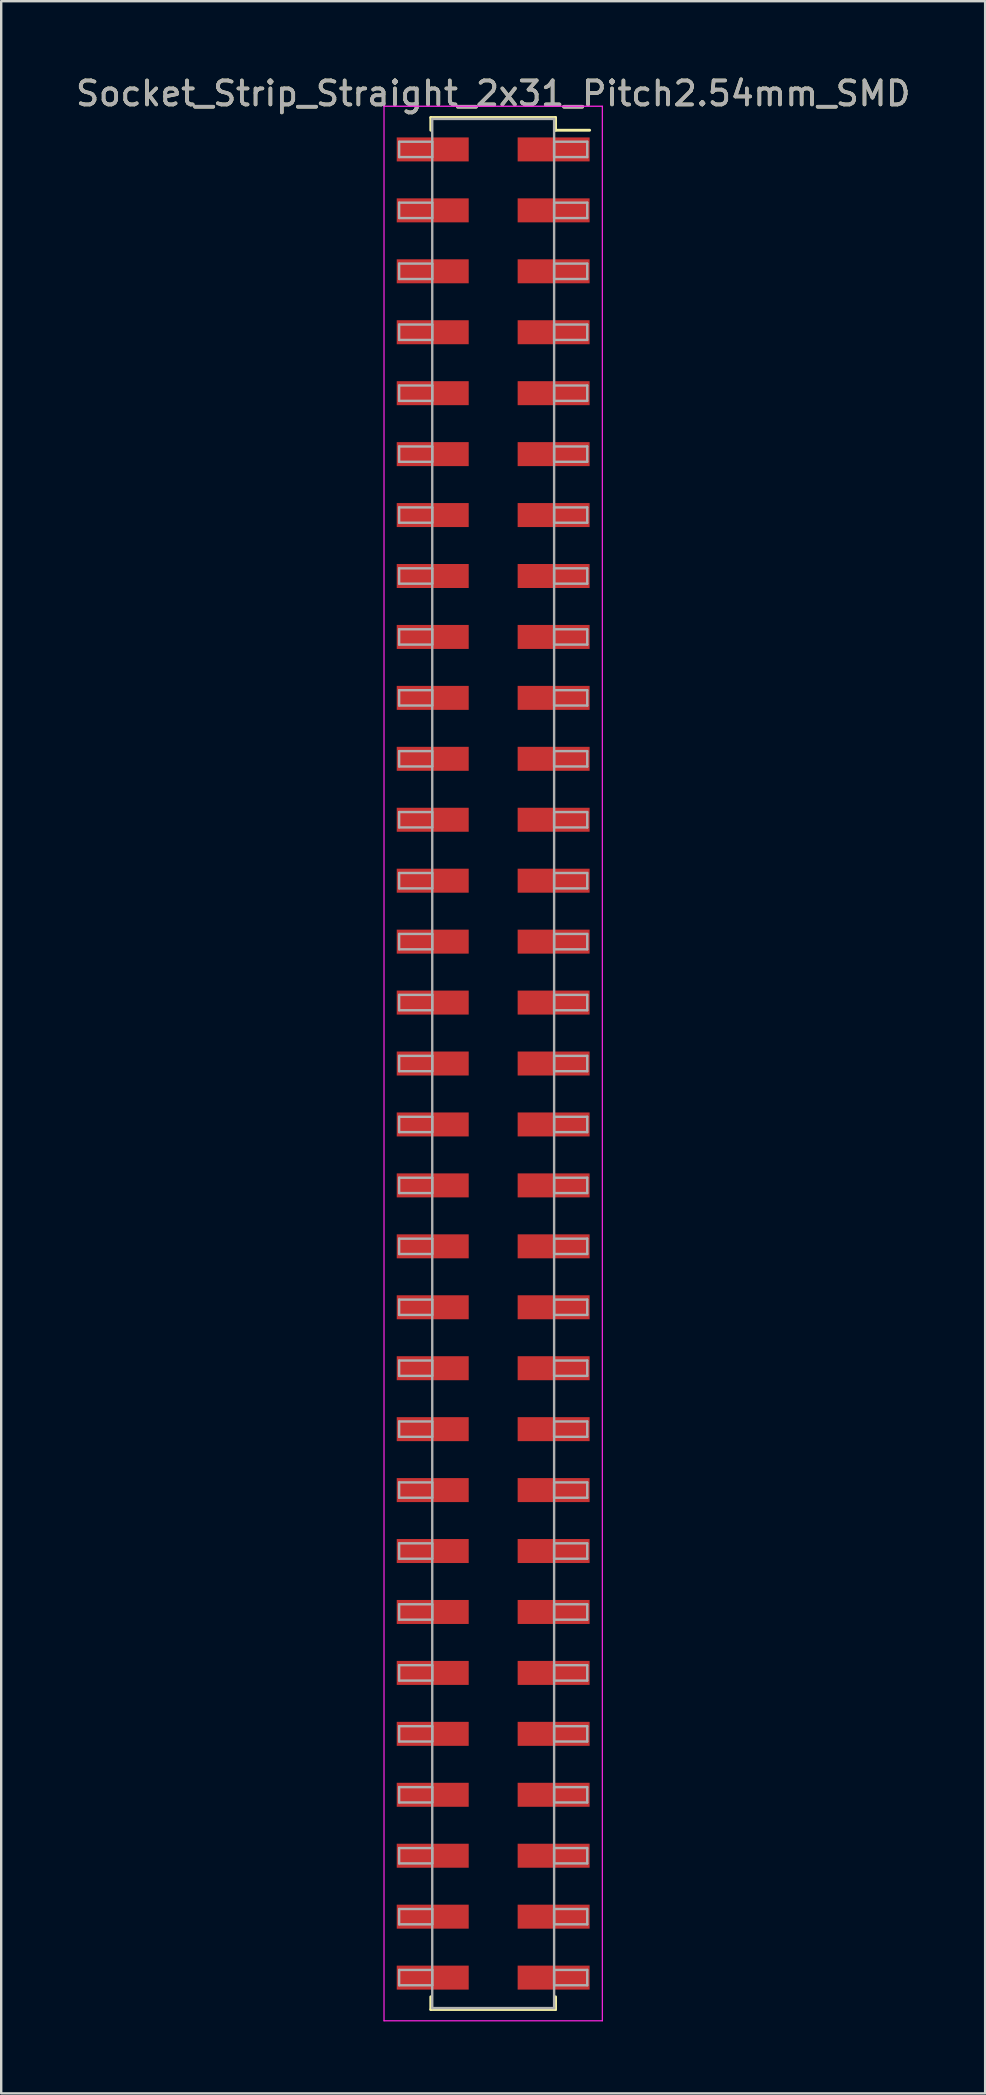
<source format=kicad_pcb>
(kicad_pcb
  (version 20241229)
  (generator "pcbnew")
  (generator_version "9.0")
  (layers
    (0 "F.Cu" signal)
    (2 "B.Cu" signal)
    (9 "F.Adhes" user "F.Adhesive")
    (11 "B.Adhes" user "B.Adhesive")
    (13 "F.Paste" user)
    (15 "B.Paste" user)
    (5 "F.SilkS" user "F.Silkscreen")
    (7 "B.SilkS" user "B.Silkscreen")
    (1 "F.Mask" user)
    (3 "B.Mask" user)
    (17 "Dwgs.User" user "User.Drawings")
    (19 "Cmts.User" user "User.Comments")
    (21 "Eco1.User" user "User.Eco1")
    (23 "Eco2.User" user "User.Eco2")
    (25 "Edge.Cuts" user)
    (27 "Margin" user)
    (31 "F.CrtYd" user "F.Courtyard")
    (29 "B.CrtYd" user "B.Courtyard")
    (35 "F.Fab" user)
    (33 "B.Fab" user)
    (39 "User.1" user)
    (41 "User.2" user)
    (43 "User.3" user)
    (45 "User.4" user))
  (footprint "Socket_Strip_Straight_2x31_Pitch2.54mm_SMD"
    (layer "F.Cu")
    (at 17.506 41.278)
    (property "Reference" "Socket_Strip_Straight_2x31_Pitch2.54mm_SMD" (at 0 -40.43 0) (layer "F.SilkS") (effects (font (size 1 1) (thickness 0.15))))
    (attr smd)
    (fp_line (start -2.6 -39.43) (end 2.6 -39.43) (stroke (width 0.12) (type solid)) (layer "F.SilkS"))
    (fp_line (start -2.6 -38.9) (end -2.6 -39.43) (stroke (width 0.12) (type solid)) (layer "F.SilkS"))
    (fp_line (start -2.6 38.9) (end -2.6 39.43) (stroke (width 0.12) (type solid)) (layer "F.SilkS"))
    (fp_line (start -2.6 39.43) (end 2.6 39.43) (stroke (width 0.12) (type solid)) (layer "F.SilkS"))
    (fp_line (start 2.6 -39.43) (end 2.6 -38.9) (stroke (width 0.12) (type solid)) (layer "F.SilkS"))
    (fp_line (start 2.6 39.43) (end 2.6 38.9) (stroke (width 0.12) (type solid)) (layer "F.SilkS"))
    (fp_line (start 4.02 -38.9) (end 2.6 -38.9) (stroke (width 0.12) (type solid)) (layer "F.SilkS"))
    (fp_line (start -4.55 -39.9) (end -4.55 39.9) (stroke (width 0.05) (type solid)) (layer "F.CrtYd"))
    (fp_line (start -4.55 39.9) (end 4.55 39.9) (stroke (width 0.05) (type solid)) (layer "F.CrtYd"))
    (fp_line (start 4.55 -39.9) (end -4.55 -39.9) (stroke (width 0.05) (type solid)) (layer "F.CrtYd"))
    (fp_line (start 4.55 39.9) (end 4.55 -39.9) (stroke (width 0.05) (type solid)) (layer "F.CrtYd"))
    (fp_line (start -3.92 -38.42) (end -2.54 -38.42) (stroke (width 0.1) (type solid)) (layer "F.Fab"))
    (fp_line (start -3.92 -37.78) (end -3.92 -38.42) (stroke (width 0.1) (type solid)) (layer "F.Fab"))
    (fp_line (start -3.92 -35.88) (end -2.54 -35.88) (stroke (width 0.1) (type solid)) (layer "F.Fab"))
    (fp_line (start -3.92 -35.24) (end -3.92 -35.88) (stroke (width 0.1) (type solid)) (layer "F.Fab"))
    (fp_line (start -3.92 -33.34) (end -2.54 -33.34) (stroke (width 0.1) (type solid)) (layer "F.Fab"))
    (fp_line (start -3.92 -32.7) (end -3.92 -33.34) (stroke (width 0.1) (type solid)) (layer "F.Fab"))
    (fp_line (start -3.92 -30.8) (end -2.54 -30.8) (stroke (width 0.1) (type solid)) (layer "F.Fab"))
    (fp_line (start -3.92 -30.16) (end -3.92 -30.8) (stroke (width 0.1) (type solid)) (layer "F.Fab"))
    (fp_line (start -3.92 -28.26) (end -2.54 -28.26) (stroke (width 0.1) (type solid)) (layer "F.Fab"))
    (fp_line (start -3.92 -27.62) (end -3.92 -28.26) (stroke (width 0.1) (type solid)) (layer "F.Fab"))
    (fp_line (start -3.92 -25.72) (end -2.54 -25.72) (stroke (width 0.1) (type solid)) (layer "F.Fab"))
    (fp_line (start -3.92 -25.08) (end -3.92 -25.72) (stroke (width 0.1) (type solid)) (layer "F.Fab"))
    (fp_line (start -3.92 -23.18) (end -2.54 -23.18) (stroke (width 0.1) (type solid)) (layer "F.Fab"))
    (fp_line (start -3.92 -22.54) (end -3.92 -23.18) (stroke (width 0.1) (type solid)) (layer "F.Fab"))
    (fp_line (start -3.92 -20.64) (end -2.54 -20.64) (stroke (width 0.1) (type solid)) (layer "F.Fab"))
    (fp_line (start -3.92 -20) (end -3.92 -20.64) (stroke (width 0.1) (type solid)) (layer "F.Fab"))
    (fp_line (start -3.92 -18.1) (end -2.54 -18.1) (stroke (width 0.1) (type solid)) (layer "F.Fab"))
    (fp_line (start -3.92 -17.46) (end -3.92 -18.1) (stroke (width 0.1) (type solid)) (layer "F.Fab"))
    (fp_line (start -3.92 -15.56) (end -2.54 -15.56) (stroke (width 0.1) (type solid)) (layer "F.Fab"))
    (fp_line (start -3.92 -14.92) (end -3.92 -15.56) (stroke (width 0.1) (type solid)) (layer "F.Fab"))
    (fp_line (start -3.92 -13.02) (end -2.54 -13.02) (stroke (width 0.1) (type solid)) (layer "F.Fab"))
    (fp_line (start -3.92 -12.38) (end -3.92 -13.02) (stroke (width 0.1) (type solid)) (layer "F.Fab"))
    (fp_line (start -3.92 -10.48) (end -2.54 -10.48) (stroke (width 0.1) (type solid)) (layer "F.Fab"))
    (fp_line (start -3.92 -9.84) (end -3.92 -10.48) (stroke (width 0.1) (type solid)) (layer "F.Fab"))
    (fp_line (start -3.92 -7.94) (end -2.54 -7.94) (stroke (width 0.1) (type solid)) (layer "F.Fab"))
    (fp_line (start -3.92 -7.3) (end -3.92 -7.94) (stroke (width 0.1) (type solid)) (layer "F.Fab"))
    (fp_line (start -3.92 -5.4) (end -2.54 -5.4) (stroke (width 0.1) (type solid)) (layer "F.Fab"))
    (fp_line (start -3.92 -4.76) (end -3.92 -5.4) (stroke (width 0.1) (type solid)) (layer "F.Fab"))
    (fp_line (start -3.92 -2.86) (end -2.54 -2.86) (stroke (width 0.1) (type solid)) (layer "F.Fab"))
    (fp_line (start -3.92 -2.22) (end -3.92 -2.86) (stroke (width 0.1) (type solid)) (layer "F.Fab"))
    (fp_line (start -3.92 -0.32) (end -2.54 -0.32) (stroke (width 0.1) (type solid)) (layer "F.Fab"))
    (fp_line (start -3.92 0.32) (end -3.92 -0.32) (stroke (width 0.1) (type solid)) (layer "F.Fab"))
    (fp_line (start -3.92 2.22) (end -2.54 2.22) (stroke (width 0.1) (type solid)) (layer "F.Fab"))
    (fp_line (start -3.92 2.86) (end -3.92 2.22) (stroke (width 0.1) (type solid)) (layer "F.Fab"))
    (fp_line (start -3.92 4.76) (end -2.54 4.76) (stroke (width 0.1) (type solid)) (layer "F.Fab"))
    (fp_line (start -3.92 5.4) (end -3.92 4.76) (stroke (width 0.1) (type solid)) (layer "F.Fab"))
    (fp_line (start -3.92 7.3) (end -2.54 7.3) (stroke (width 0.1) (type solid)) (layer "F.Fab"))
    (fp_line (start -3.92 7.94) (end -3.92 7.3) (stroke (width 0.1) (type solid)) (layer "F.Fab"))
    (fp_line (start -3.92 9.84) (end -2.54 9.84) (stroke (width 0.1) (type solid)) (layer "F.Fab"))
    (fp_line (start -3.92 10.48) (end -3.92 9.84) (stroke (width 0.1) (type solid)) (layer "F.Fab"))
    (fp_line (start -3.92 12.38) (end -2.54 12.38) (stroke (width 0.1) (type solid)) (layer "F.Fab"))
    (fp_line (start -3.92 13.02) (end -3.92 12.38) (stroke (width 0.1) (type solid)) (layer "F.Fab"))
    (fp_line (start -3.92 14.92) (end -2.54 14.92) (stroke (width 0.1) (type solid)) (layer "F.Fab"))
    (fp_line (start -3.92 15.56) (end -3.92 14.92) (stroke (width 0.1) (type solid)) (layer "F.Fab"))
    (fp_line (start -3.92 17.46) (end -2.54 17.46) (stroke (width 0.1) (type solid)) (layer "F.Fab"))
    (fp_line (start -3.92 18.1) (end -3.92 17.46) (stroke (width 0.1) (type solid)) (layer "F.Fab"))
    (fp_line (start -3.92 20) (end -2.54 20) (stroke (width 0.1) (type solid)) (layer "F.Fab"))
    (fp_line (start -3.92 20.64) (end -3.92 20) (stroke (width 0.1) (type solid)) (layer "F.Fab"))
    (fp_line (start -3.92 22.54) (end -2.54 22.54) (stroke (width 0.1) (type solid)) (layer "F.Fab"))
    (fp_line (start -3.92 23.18) (end -3.92 22.54) (stroke (width 0.1) (type solid)) (layer "F.Fab"))
    (fp_line (start -3.92 25.08) (end -2.54 25.08) (stroke (width 0.1) (type solid)) (layer "F.Fab"))
    (fp_line (start -3.92 25.72) (end -3.92 25.08) (stroke (width 0.1) (type solid)) (layer "F.Fab"))
    (fp_line (start -3.92 27.62) (end -2.54 27.62) (stroke (width 0.1) (type solid)) (layer "F.Fab"))
    (fp_line (start -3.92 28.26) (end -3.92 27.62) (stroke (width 0.1) (type solid)) (layer "F.Fab"))
    (fp_line (start -3.92 30.16) (end -2.54 30.16) (stroke (width 0.1) (type solid)) (layer "F.Fab"))
    (fp_line (start -3.92 30.8) (end -3.92 30.16) (stroke (width 0.1) (type solid)) (layer "F.Fab"))
    (fp_line (start -3.92 32.7) (end -2.54 32.7) (stroke (width 0.1) (type solid)) (layer "F.Fab"))
    (fp_line (start -3.92 33.34) (end -3.92 32.7) (stroke (width 0.1) (type solid)) (layer "F.Fab"))
    (fp_line (start -3.92 35.24) (end -2.54 35.24) (stroke (width 0.1) (type solid)) (layer "F.Fab"))
    (fp_line (start -3.92 35.88) (end -3.92 35.24) (stroke (width 0.1) (type solid)) (layer "F.Fab"))
    (fp_line (start -3.92 37.78) (end -2.54 37.78) (stroke (width 0.1) (type solid)) (layer "F.Fab"))
    (fp_line (start -3.92 38.42) (end -3.92 37.78) (stroke (width 0.1) (type solid)) (layer "F.Fab"))
    (fp_line (start -2.54 -39.37) (end -2.54 39.37) (stroke (width 0.1) (type solid)) (layer "F.Fab"))
    (fp_line (start -2.54 -38.42) (end -2.54 -37.78) (stroke (width 0.1) (type solid)) (layer "F.Fab"))
    (fp_line (start -2.54 -37.78) (end -3.92 -37.78) (stroke (width 0.1) (type solid)) (layer "F.Fab"))
    (fp_line (start -2.54 -35.88) (end -2.54 -35.24) (stroke (width 0.1) (type solid)) (layer "F.Fab"))
    (fp_line (start -2.54 -35.24) (end -3.92 -35.24) (stroke (width 0.1) (type solid)) (layer "F.Fab"))
    (fp_line (start -2.54 -33.34) (end -2.54 -32.7) (stroke (width 0.1) (type solid)) (layer "F.Fab"))
    (fp_line (start -2.54 -32.7) (end -3.92 -32.7) (stroke (width 0.1) (type solid)) (layer "F.Fab"))
    (fp_line (start -2.54 -30.8) (end -2.54 -30.16) (stroke (width 0.1) (type solid)) (layer "F.Fab"))
    (fp_line (start -2.54 -30.16) (end -3.92 -30.16) (stroke (width 0.1) (type solid)) (layer "F.Fab"))
    (fp_line (start -2.54 -28.26) (end -2.54 -27.62) (stroke (width 0.1) (type solid)) (layer "F.Fab"))
    (fp_line (start -2.54 -27.62) (end -3.92 -27.62) (stroke (width 0.1) (type solid)) (layer "F.Fab"))
    (fp_line (start -2.54 -25.72) (end -2.54 -25.08) (stroke (width 0.1) (type solid)) (layer "F.Fab"))
    (fp_line (start -2.54 -25.08) (end -3.92 -25.08) (stroke (width 0.1) (type solid)) (layer "F.Fab"))
    (fp_line (start -2.54 -23.18) (end -2.54 -22.54) (stroke (width 0.1) (type solid)) (layer "F.Fab"))
    (fp_line (start -2.54 -22.54) (end -3.92 -22.54) (stroke (width 0.1) (type solid)) (layer "F.Fab"))
    (fp_line (start -2.54 -20.64) (end -2.54 -20) (stroke (width 0.1) (type solid)) (layer "F.Fab"))
    (fp_line (start -2.54 -20) (end -3.92 -20) (stroke (width 0.1) (type solid)) (layer "F.Fab"))
    (fp_line (start -2.54 -18.1) (end -2.54 -17.46) (stroke (width 0.1) (type solid)) (layer "F.Fab"))
    (fp_line (start -2.54 -17.46) (end -3.92 -17.46) (stroke (width 0.1) (type solid)) (layer "F.Fab"))
    (fp_line (start -2.54 -15.56) (end -2.54 -14.92) (stroke (width 0.1) (type solid)) (layer "F.Fab"))
    (fp_line (start -2.54 -14.92) (end -3.92 -14.92) (stroke (width 0.1) (type solid)) (layer "F.Fab"))
    (fp_line (start -2.54 -13.02) (end -2.54 -12.38) (stroke (width 0.1) (type solid)) (layer "F.Fab"))
    (fp_line (start -2.54 -12.38) (end -3.92 -12.38) (stroke (width 0.1) (type solid)) (layer "F.Fab"))
    (fp_line (start -2.54 -10.48) (end -2.54 -9.84) (stroke (width 0.1) (type solid)) (layer "F.Fab"))
    (fp_line (start -2.54 -9.84) (end -3.92 -9.84) (stroke (width 0.1) (type solid)) (layer "F.Fab"))
    (fp_line (start -2.54 -7.94) (end -2.54 -7.3) (stroke (width 0.1) (type solid)) (layer "F.Fab"))
    (fp_line (start -2.54 -7.3) (end -3.92 -7.3) (stroke (width 0.1) (type solid)) (layer "F.Fab"))
    (fp_line (start -2.54 -5.4) (end -2.54 -4.76) (stroke (width 0.1) (type solid)) (layer "F.Fab"))
    (fp_line (start -2.54 -4.76) (end -3.92 -4.76) (stroke (width 0.1) (type solid)) (layer "F.Fab"))
    (fp_line (start -2.54 -2.86) (end -2.54 -2.22) (stroke (width 0.1) (type solid)) (layer "F.Fab"))
    (fp_line (start -2.54 -2.22) (end -3.92 -2.22) (stroke (width 0.1) (type solid)) (layer "F.Fab"))
    (fp_line (start -2.54 -0.32) (end -2.54 0.32) (stroke (width 0.1) (type solid)) (layer "F.Fab"))
    (fp_line (start -2.54 0.32) (end -3.92 0.32) (stroke (width 0.1) (type solid)) (layer "F.Fab"))
    (fp_line (start -2.54 2.22) (end -2.54 2.86) (stroke (width 0.1) (type solid)) (layer "F.Fab"))
    (fp_line (start -2.54 2.86) (end -3.92 2.86) (stroke (width 0.1) (type solid)) (layer "F.Fab"))
    (fp_line (start -2.54 4.76) (end -2.54 5.4) (stroke (width 0.1) (type solid)) (layer "F.Fab"))
    (fp_line (start -2.54 5.4) (end -3.92 5.4) (stroke (width 0.1) (type solid)) (layer "F.Fab"))
    (fp_line (start -2.54 7.3) (end -2.54 7.94) (stroke (width 0.1) (type solid)) (layer "F.Fab"))
    (fp_line (start -2.54 7.94) (end -3.92 7.94) (stroke (width 0.1) (type solid)) (layer "F.Fab"))
    (fp_line (start -2.54 9.84) (end -2.54 10.48) (stroke (width 0.1) (type solid)) (layer "F.Fab"))
    (fp_line (start -2.54 10.48) (end -3.92 10.48) (stroke (width 0.1) (type solid)) (layer "F.Fab"))
    (fp_line (start -2.54 12.38) (end -2.54 13.02) (stroke (width 0.1) (type solid)) (layer "F.Fab"))
    (fp_line (start -2.54 13.02) (end -3.92 13.02) (stroke (width 0.1) (type solid)) (layer "F.Fab"))
    (fp_line (start -2.54 14.92) (end -2.54 15.56) (stroke (width 0.1) (type solid)) (layer "F.Fab"))
    (fp_line (start -2.54 15.56) (end -3.92 15.56) (stroke (width 0.1) (type solid)) (layer "F.Fab"))
    (fp_line (start -2.54 17.46) (end -2.54 18.1) (stroke (width 0.1) (type solid)) (layer "F.Fab"))
    (fp_line (start -2.54 18.1) (end -3.92 18.1) (stroke (width 0.1) (type solid)) (layer "F.Fab"))
    (fp_line (start -2.54 20) (end -2.54 20.64) (stroke (width 0.1) (type solid)) (layer "F.Fab"))
    (fp_line (start -2.54 20.64) (end -3.92 20.64) (stroke (width 0.1) (type solid)) (layer "F.Fab"))
    (fp_line (start -2.54 22.54) (end -2.54 23.18) (stroke (width 0.1) (type solid)) (layer "F.Fab"))
    (fp_line (start -2.54 23.18) (end -3.92 23.18) (stroke (width 0.1) (type solid)) (layer "F.Fab"))
    (fp_line (start -2.54 25.08) (end -2.54 25.72) (stroke (width 0.1) (type solid)) (layer "F.Fab"))
    (fp_line (start -2.54 25.72) (end -3.92 25.72) (stroke (width 0.1) (type solid)) (layer "F.Fab"))
    (fp_line (start -2.54 27.62) (end -2.54 28.26) (stroke (width 0.1) (type solid)) (layer "F.Fab"))
    (fp_line (start -2.54 28.26) (end -3.92 28.26) (stroke (width 0.1) (type solid)) (layer "F.Fab"))
    (fp_line (start -2.54 30.16) (end -2.54 30.8) (stroke (width 0.1) (type solid)) (layer "F.Fab"))
    (fp_line (start -2.54 30.8) (end -3.92 30.8) (stroke (width 0.1) (type solid)) (layer "F.Fab"))
    (fp_line (start -2.54 32.7) (end -2.54 33.34) (stroke (width 0.1) (type solid)) (layer "F.Fab"))
    (fp_line (start -2.54 33.34) (end -3.92 33.34) (stroke (width 0.1) (type solid)) (layer "F.Fab"))
    (fp_line (start -2.54 35.24) (end -2.54 35.88) (stroke (width 0.1) (type solid)) (layer "F.Fab"))
    (fp_line (start -2.54 35.88) (end -3.92 35.88) (stroke (width 0.1) (type solid)) (layer "F.Fab"))
    (fp_line (start -2.54 37.78) (end -2.54 38.42) (stroke (width 0.1) (type solid)) (layer "F.Fab"))
    (fp_line (start -2.54 38.42) (end -3.92 38.42) (stroke (width 0.1) (type solid)) (layer "F.Fab"))
    (fp_line (start -2.54 39.37) (end 2.54 39.37) (stroke (width 0.1) (type solid)) (layer "F.Fab"))
    (fp_line (start 2.54 -39.37) (end -2.54 -39.37) (stroke (width 0.1) (type solid)) (layer "F.Fab"))
    (fp_line (start 2.54 -38.42) (end 2.54 -37.78) (stroke (width 0.1) (type solid)) (layer "F.Fab"))
    (fp_line (start 2.54 -37.78) (end 3.92 -37.78) (stroke (width 0.1) (type solid)) (layer "F.Fab"))
    (fp_line (start 2.54 -35.88) (end 2.54 -35.24) (stroke (width 0.1) (type solid)) (layer "F.Fab"))
    (fp_line (start 2.54 -35.24) (end 3.92 -35.24) (stroke (width 0.1) (type solid)) (layer "F.Fab"))
    (fp_line (start 2.54 -33.34) (end 2.54 -32.7) (stroke (width 0.1) (type solid)) (layer "F.Fab"))
    (fp_line (start 2.54 -32.7) (end 3.92 -32.7) (stroke (width 0.1) (type solid)) (layer "F.Fab"))
    (fp_line (start 2.54 -30.8) (end 2.54 -30.16) (stroke (width 0.1) (type solid)) (layer "F.Fab"))
    (fp_line (start 2.54 -30.16) (end 3.92 -30.16) (stroke (width 0.1) (type solid)) (layer "F.Fab"))
    (fp_line (start 2.54 -28.26) (end 2.54 -27.62) (stroke (width 0.1) (type solid)) (layer "F.Fab"))
    (fp_line (start 2.54 -27.62) (end 3.92 -27.62) (stroke (width 0.1) (type solid)) (layer "F.Fab"))
    (fp_line (start 2.54 -25.72) (end 2.54 -25.08) (stroke (width 0.1) (type solid)) (layer "F.Fab"))
    (fp_line (start 2.54 -25.08) (end 3.92 -25.08) (stroke (width 0.1) (type solid)) (layer "F.Fab"))
    (fp_line (start 2.54 -23.18) (end 2.54 -22.54) (stroke (width 0.1) (type solid)) (layer "F.Fab"))
    (fp_line (start 2.54 -22.54) (end 3.92 -22.54) (stroke (width 0.1) (type solid)) (layer "F.Fab"))
    (fp_line (start 2.54 -20.64) (end 2.54 -20) (stroke (width 0.1) (type solid)) (layer "F.Fab"))
    (fp_line (start 2.54 -20) (end 3.92 -20) (stroke (width 0.1) (type solid)) (layer "F.Fab"))
    (fp_line (start 2.54 -18.1) (end 2.54 -17.46) (stroke (width 0.1) (type solid)) (layer "F.Fab"))
    (fp_line (start 2.54 -17.46) (end 3.92 -17.46) (stroke (width 0.1) (type solid)) (layer "F.Fab"))
    (fp_line (start 2.54 -15.56) (end 2.54 -14.92) (stroke (width 0.1) (type solid)) (layer "F.Fab"))
    (fp_line (start 2.54 -14.92) (end 3.92 -14.92) (stroke (width 0.1) (type solid)) (layer "F.Fab"))
    (fp_line (start 2.54 -13.02) (end 2.54 -12.38) (stroke (width 0.1) (type solid)) (layer "F.Fab"))
    (fp_line (start 2.54 -12.38) (end 3.92 -12.38) (stroke (width 0.1) (type solid)) (layer "F.Fab"))
    (fp_line (start 2.54 -10.48) (end 2.54 -9.84) (stroke (width 0.1) (type solid)) (layer "F.Fab"))
    (fp_line (start 2.54 -9.84) (end 3.92 -9.84) (stroke (width 0.1) (type solid)) (layer "F.Fab"))
    (fp_line (start 2.54 -7.94) (end 2.54 -7.3) (stroke (width 0.1) (type solid)) (layer "F.Fab"))
    (fp_line (start 2.54 -7.3) (end 3.92 -7.3) (stroke (width 0.1) (type solid)) (layer "F.Fab"))
    (fp_line (start 2.54 -5.4) (end 2.54 -4.76) (stroke (width 0.1) (type solid)) (layer "F.Fab"))
    (fp_line (start 2.54 -4.76) (end 3.92 -4.76) (stroke (width 0.1) (type solid)) (layer "F.Fab"))
    (fp_line (start 2.54 -2.86) (end 2.54 -2.22) (stroke (width 0.1) (type solid)) (layer "F.Fab"))
    (fp_line (start 2.54 -2.22) (end 3.92 -2.22) (stroke (width 0.1) (type solid)) (layer "F.Fab"))
    (fp_line (start 2.54 -0.32) (end 2.54 0.32) (stroke (width 0.1) (type solid)) (layer "F.Fab"))
    (fp_line (start 2.54 0.32) (end 3.92 0.32) (stroke (width 0.1) (type solid)) (layer "F.Fab"))
    (fp_line (start 2.54 2.22) (end 2.54 2.86) (stroke (width 0.1) (type solid)) (layer "F.Fab"))
    (fp_line (start 2.54 2.86) (end 3.92 2.86) (stroke (width 0.1) (type solid)) (layer "F.Fab"))
    (fp_line (start 2.54 4.76) (end 2.54 5.4) (stroke (width 0.1) (type solid)) (layer "F.Fab"))
    (fp_line (start 2.54 5.4) (end 3.92 5.4) (stroke (width 0.1) (type solid)) (layer "F.Fab"))
    (fp_line (start 2.54 7.3) (end 2.54 7.94) (stroke (width 0.1) (type solid)) (layer "F.Fab"))
    (fp_line (start 2.54 7.94) (end 3.92 7.94) (stroke (width 0.1) (type solid)) (layer "F.Fab"))
    (fp_line (start 2.54 9.84) (end 2.54 10.48) (stroke (width 0.1) (type solid)) (layer "F.Fab"))
    (fp_line (start 2.54 10.48) (end 3.92 10.48) (stroke (width 0.1) (type solid)) (layer "F.Fab"))
    (fp_line (start 2.54 12.38) (end 2.54 13.02) (stroke (width 0.1) (type solid)) (layer "F.Fab"))
    (fp_line (start 2.54 13.02) (end 3.92 13.02) (stroke (width 0.1) (type solid)) (layer "F.Fab"))
    (fp_line (start 2.54 14.92) (end 2.54 15.56) (stroke (width 0.1) (type solid)) (layer "F.Fab"))
    (fp_line (start 2.54 15.56) (end 3.92 15.56) (stroke (width 0.1) (type solid)) (layer "F.Fab"))
    (fp_line (start 2.54 17.46) (end 2.54 18.1) (stroke (width 0.1) (type solid)) (layer "F.Fab"))
    (fp_line (start 2.54 18.1) (end 3.92 18.1) (stroke (width 0.1) (type solid)) (layer "F.Fab"))
    (fp_line (start 2.54 20) (end 2.54 20.64) (stroke (width 0.1) (type solid)) (layer "F.Fab"))
    (fp_line (start 2.54 20.64) (end 3.92 20.64) (stroke (width 0.1) (type solid)) (layer "F.Fab"))
    (fp_line (start 2.54 22.54) (end 2.54 23.18) (stroke (width 0.1) (type solid)) (layer "F.Fab"))
    (fp_line (start 2.54 23.18) (end 3.92 23.18) (stroke (width 0.1) (type solid)) (layer "F.Fab"))
    (fp_line (start 2.54 25.08) (end 2.54 25.72) (stroke (width 0.1) (type solid)) (layer "F.Fab"))
    (fp_line (start 2.54 25.72) (end 3.92 25.72) (stroke (width 0.1) (type solid)) (layer "F.Fab"))
    (fp_line (start 2.54 27.62) (end 2.54 28.26) (stroke (width 0.1) (type solid)) (layer "F.Fab"))
    (fp_line (start 2.54 28.26) (end 3.92 28.26) (stroke (width 0.1) (type solid)) (layer "F.Fab"))
    (fp_line (start 2.54 30.16) (end 2.54 30.8) (stroke (width 0.1) (type solid)) (layer "F.Fab"))
    (fp_line (start 2.54 30.8) (end 3.92 30.8) (stroke (width 0.1) (type solid)) (layer "F.Fab"))
    (fp_line (start 2.54 32.7) (end 2.54 33.34) (stroke (width 0.1) (type solid)) (layer "F.Fab"))
    (fp_line (start 2.54 33.34) (end 3.92 33.34) (stroke (width 0.1) (type solid)) (layer "F.Fab"))
    (fp_line (start 2.54 35.24) (end 2.54 35.88) (stroke (width 0.1) (type solid)) (layer "F.Fab"))
    (fp_line (start 2.54 35.88) (end 3.92 35.88) (stroke (width 0.1) (type solid)) (layer "F.Fab"))
    (fp_line (start 2.54 37.78) (end 2.54 38.42) (stroke (width 0.1) (type solid)) (layer "F.Fab"))
    (fp_line (start 2.54 38.42) (end 3.92 38.42) (stroke (width 0.1) (type solid)) (layer "F.Fab"))
    (fp_line (start 2.54 39.37) (end 2.54 -39.37) (stroke (width 0.1) (type solid)) (layer "F.Fab"))
    (fp_line (start 3.92 -38.42) (end 2.54 -38.42) (stroke (width 0.1) (type solid)) (layer "F.Fab"))
    (fp_line (start 3.92 -37.78) (end 3.92 -38.42) (stroke (width 0.1) (type solid)) (layer "F.Fab"))
    (fp_line (start 3.92 -35.88) (end 2.54 -35.88) (stroke (width 0.1) (type solid)) (layer "F.Fab"))
    (fp_line (start 3.92 -35.24) (end 3.92 -35.88) (stroke (width 0.1) (type solid)) (layer "F.Fab"))
    (fp_line (start 3.92 -33.34) (end 2.54 -33.34) (stroke (width 0.1) (type solid)) (layer "F.Fab"))
    (fp_line (start 3.92 -32.7) (end 3.92 -33.34) (stroke (width 0.1) (type solid)) (layer "F.Fab"))
    (fp_line (start 3.92 -30.8) (end 2.54 -30.8) (stroke (width 0.1) (type solid)) (layer "F.Fab"))
    (fp_line (start 3.92 -30.16) (end 3.92 -30.8) (stroke (width 0.1) (type solid)) (layer "F.Fab"))
    (fp_line (start 3.92 -28.26) (end 2.54 -28.26) (stroke (width 0.1) (type solid)) (layer "F.Fab"))
    (fp_line (start 3.92 -27.62) (end 3.92 -28.26) (stroke (width 0.1) (type solid)) (layer "F.Fab"))
    (fp_line (start 3.92 -25.72) (end 2.54 -25.72) (stroke (width 0.1) (type solid)) (layer "F.Fab"))
    (fp_line (start 3.92 -25.08) (end 3.92 -25.72) (stroke (width 0.1) (type solid)) (layer "F.Fab"))
    (fp_line (start 3.92 -23.18) (end 2.54 -23.18) (stroke (width 0.1) (type solid)) (layer "F.Fab"))
    (fp_line (start 3.92 -22.54) (end 3.92 -23.18) (stroke (width 0.1) (type solid)) (layer "F.Fab"))
    (fp_line (start 3.92 -20.64) (end 2.54 -20.64) (stroke (width 0.1) (type solid)) (layer "F.Fab"))
    (fp_line (start 3.92 -20) (end 3.92 -20.64) (stroke (width 0.1) (type solid)) (layer "F.Fab"))
    (fp_line (start 3.92 -18.1) (end 2.54 -18.1) (stroke (width 0.1) (type solid)) (layer "F.Fab"))
    (fp_line (start 3.92 -17.46) (end 3.92 -18.1) (stroke (width 0.1) (type solid)) (layer "F.Fab"))
    (fp_line (start 3.92 -15.56) (end 2.54 -15.56) (stroke (width 0.1) (type solid)) (layer "F.Fab"))
    (fp_line (start 3.92 -14.92) (end 3.92 -15.56) (stroke (width 0.1) (type solid)) (layer "F.Fab"))
    (fp_line (start 3.92 -13.02) (end 2.54 -13.02) (stroke (width 0.1) (type solid)) (layer "F.Fab"))
    (fp_line (start 3.92 -12.38) (end 3.92 -13.02) (stroke (width 0.1) (type solid)) (layer "F.Fab"))
    (fp_line (start 3.92 -10.48) (end 2.54 -10.48) (stroke (width 0.1) (type solid)) (layer "F.Fab"))
    (fp_line (start 3.92 -9.84) (end 3.92 -10.48) (stroke (width 0.1) (type solid)) (layer "F.Fab"))
    (fp_line (start 3.92 -7.94) (end 2.54 -7.94) (stroke (width 0.1) (type solid)) (layer "F.Fab"))
    (fp_line (start 3.92 -7.3) (end 3.92 -7.94) (stroke (width 0.1) (type solid)) (layer "F.Fab"))
    (fp_line (start 3.92 -5.4) (end 2.54 -5.4) (stroke (width 0.1) (type solid)) (layer "F.Fab"))
    (fp_line (start 3.92 -4.76) (end 3.92 -5.4) (stroke (width 0.1) (type solid)) (layer "F.Fab"))
    (fp_line (start 3.92 -2.86) (end 2.54 -2.86) (stroke (width 0.1) (type solid)) (layer "F.Fab"))
    (fp_line (start 3.92 -2.22) (end 3.92 -2.86) (stroke (width 0.1) (type solid)) (layer "F.Fab"))
    (fp_line (start 3.92 -0.32) (end 2.54 -0.32) (stroke (width 0.1) (type solid)) (layer "F.Fab"))
    (fp_line (start 3.92 0.32) (end 3.92 -0.32) (stroke (width 0.1) (type solid)) (layer "F.Fab"))
    (fp_line (start 3.92 2.22) (end 2.54 2.22) (stroke (width 0.1) (type solid)) (layer "F.Fab"))
    (fp_line (start 3.92 2.86) (end 3.92 2.22) (stroke (width 0.1) (type solid)) (layer "F.Fab"))
    (fp_line (start 3.92 4.76) (end 2.54 4.76) (stroke (width 0.1) (type solid)) (layer "F.Fab"))
    (fp_line (start 3.92 5.4) (end 3.92 4.76) (stroke (width 0.1) (type solid)) (layer "F.Fab"))
    (fp_line (start 3.92 7.3) (end 2.54 7.3) (stroke (width 0.1) (type solid)) (layer "F.Fab"))
    (fp_line (start 3.92 7.94) (end 3.92 7.3) (stroke (width 0.1) (type solid)) (layer "F.Fab"))
    (fp_line (start 3.92 9.84) (end 2.54 9.84) (stroke (width 0.1) (type solid)) (layer "F.Fab"))
    (fp_line (start 3.92 10.48) (end 3.92 9.84) (stroke (width 0.1) (type solid)) (layer "F.Fab"))
    (fp_line (start 3.92 12.38) (end 2.54 12.38) (stroke (width 0.1) (type solid)) (layer "F.Fab"))
    (fp_line (start 3.92 13.02) (end 3.92 12.38) (stroke (width 0.1) (type solid)) (layer "F.Fab"))
    (fp_line (start 3.92 14.92) (end 2.54 14.92) (stroke (width 0.1) (type solid)) (layer "F.Fab"))
    (fp_line (start 3.92 15.56) (end 3.92 14.92) (stroke (width 0.1) (type solid)) (layer "F.Fab"))
    (fp_line (start 3.92 17.46) (end 2.54 17.46) (stroke (width 0.1) (type solid)) (layer "F.Fab"))
    (fp_line (start 3.92 18.1) (end 3.92 17.46) (stroke (width 0.1) (type solid)) (layer "F.Fab"))
    (fp_line (start 3.92 20) (end 2.54 20) (stroke (width 0.1) (type solid)) (layer "F.Fab"))
    (fp_line (start 3.92 20.64) (end 3.92 20) (stroke (width 0.1) (type solid)) (layer "F.Fab"))
    (fp_line (start 3.92 22.54) (end 2.54 22.54) (stroke (width 0.1) (type solid)) (layer "F.Fab"))
    (fp_line (start 3.92 23.18) (end 3.92 22.54) (stroke (width 0.1) (type solid)) (layer "F.Fab"))
    (fp_line (start 3.92 25.08) (end 2.54 25.08) (stroke (width 0.1) (type solid)) (layer "F.Fab"))
    (fp_line (start 3.92 25.72) (end 3.92 25.08) (stroke (width 0.1) (type solid)) (layer "F.Fab"))
    (fp_line (start 3.92 27.62) (end 2.54 27.62) (stroke (width 0.1) (type solid)) (layer "F.Fab"))
    (fp_line (start 3.92 28.26) (end 3.92 27.62) (stroke (width 0.1) (type solid)) (layer "F.Fab"))
    (fp_line (start 3.92 30.16) (end 2.54 30.16) (stroke (width 0.1) (type solid)) (layer "F.Fab"))
    (fp_line (start 3.92 30.8) (end 3.92 30.16) (stroke (width 0.1) (type solid)) (layer "F.Fab"))
    (fp_line (start 3.92 32.7) (end 2.54 32.7) (stroke (width 0.1) (type solid)) (layer "F.Fab"))
    (fp_line (start 3.92 33.34) (end 3.92 32.7) (stroke (width 0.1) (type solid)) (layer "F.Fab"))
    (fp_line (start 3.92 35.24) (end 2.54 35.24) (stroke (width 0.1) (type solid)) (layer "F.Fab"))
    (fp_line (start 3.92 35.88) (end 3.92 35.24) (stroke (width 0.1) (type solid)) (layer "F.Fab"))
    (fp_line (start 3.92 37.78) (end 2.54 37.78) (stroke (width 0.1) (type solid)) (layer "F.Fab"))
    (fp_line (start 3.92 38.42) (end 3.92 37.78) (stroke (width 0.1) (type solid)) (layer "F.Fab"))
    (fp_text user "${REFERENCE}" (at 0 -40.43 0) (layer "F.Fab") (effects (font (size 1 1) (thickness 0.15))))
    (pad "1" smd rect (at 2.52 -38.1) (size 3 1) (layers "F.Cu" "F.Mask" "F.Paste"))
    (pad "2" smd rect (at -2.52 -38.1) (size 3 1) (layers "F.Cu" "F.Mask" "F.Paste"))
    (pad "3" smd rect (at 2.52 -35.56) (size 3 1) (layers "F.Cu" "F.Mask" "F.Paste"))
    (pad "4" smd rect (at -2.52 -35.56) (size 3 1) (layers "F.Cu" "F.Mask" "F.Paste"))
    (pad "5" smd rect (at 2.52 -33.02) (size 3 1) (layers "F.Cu" "F.Mask" "F.Paste"))
    (pad "6" smd rect (at -2.52 -33.02) (size 3 1) (layers "F.Cu" "F.Mask" "F.Paste"))
    (pad "7" smd rect (at 2.52 -30.48) (size 3 1) (layers "F.Cu" "F.Mask" "F.Paste"))
    (pad "8" smd rect (at -2.52 -30.48) (size 3 1) (layers "F.Cu" "F.Mask" "F.Paste"))
    (pad "9" smd rect (at 2.52 -27.94) (size 3 1) (layers "F.Cu" "F.Mask" "F.Paste"))
    (pad "10" smd rect (at -2.52 -27.94) (size 3 1) (layers "F.Cu" "F.Mask" "F.Paste"))
    (pad "11" smd rect (at 2.52 -25.4) (size 3 1) (layers "F.Cu" "F.Mask" "F.Paste"))
    (pad "12" smd rect (at -2.52 -25.4) (size 3 1) (layers "F.Cu" "F.Mask" "F.Paste"))
    (pad "13" smd rect (at 2.52 -22.86) (size 3 1) (layers "F.Cu" "F.Mask" "F.Paste"))
    (pad "14" smd rect (at -2.52 -22.86) (size 3 1) (layers "F.Cu" "F.Mask" "F.Paste"))
    (pad "15" smd rect (at 2.52 -20.32) (size 3 1) (layers "F.Cu" "F.Mask" "F.Paste"))
    (pad "16" smd rect (at -2.52 -20.32) (size 3 1) (layers "F.Cu" "F.Mask" "F.Paste"))
    (pad "17" smd rect (at 2.52 -17.78) (size 3 1) (layers "F.Cu" "F.Mask" "F.Paste"))
    (pad "18" smd rect (at -2.52 -17.78) (size 3 1) (layers "F.Cu" "F.Mask" "F.Paste"))
    (pad "19" smd rect (at 2.52 -15.24) (size 3 1) (layers "F.Cu" "F.Mask" "F.Paste"))
    (pad "20" smd rect (at -2.52 -15.24) (size 3 1) (layers "F.Cu" "F.Mask" "F.Paste"))
    (pad "21" smd rect (at 2.52 -12.7) (size 3 1) (layers "F.Cu" "F.Mask" "F.Paste"))
    (pad "22" smd rect (at -2.52 -12.7) (size 3 1) (layers "F.Cu" "F.Mask" "F.Paste"))
    (pad "23" smd rect (at 2.52 -10.16) (size 3 1) (layers "F.Cu" "F.Mask" "F.Paste"))
    (pad "24" smd rect (at -2.52 -10.16) (size 3 1) (layers "F.Cu" "F.Mask" "F.Paste"))
    (pad "25" smd rect (at 2.52 -7.62) (size 3 1) (layers "F.Cu" "F.Mask" "F.Paste"))
    (pad "26" smd rect (at -2.52 -7.62) (size 3 1) (layers "F.Cu" "F.Mask" "F.Paste"))
    (pad "27" smd rect (at 2.52 -5.08) (size 3 1) (layers "F.Cu" "F.Mask" "F.Paste"))
    (pad "28" smd rect (at -2.52 -5.08) (size 3 1) (layers "F.Cu" "F.Mask" "F.Paste"))
    (pad "29" smd rect (at 2.52 -2.54) (size 3 1) (layers "F.Cu" "F.Mask" "F.Paste"))
    (pad "30" smd rect (at -2.52 -2.54) (size 3 1) (layers "F.Cu" "F.Mask" "F.Paste"))
    (pad "31" smd rect (at 2.52 0) (size 3 1) (layers "F.Cu" "F.Mask" "F.Paste"))
    (pad "32" smd rect (at -2.52 0) (size 3 1) (layers "F.Cu" "F.Mask" "F.Paste"))
    (pad "33" smd rect (at 2.52 2.54) (size 3 1) (layers "F.Cu" "F.Mask" "F.Paste"))
    (pad "34" smd rect (at -2.52 2.54) (size 3 1) (layers "F.Cu" "F.Mask" "F.Paste"))
    (pad "35" smd rect (at 2.52 5.08) (size 3 1) (layers "F.Cu" "F.Mask" "F.Paste"))
    (pad "36" smd rect (at -2.52 5.08) (size 3 1) (layers "F.Cu" "F.Mask" "F.Paste"))
    (pad "37" smd rect (at 2.52 7.62) (size 3 1) (layers "F.Cu" "F.Mask" "F.Paste"))
    (pad "38" smd rect (at -2.52 7.62) (size 3 1) (layers "F.Cu" "F.Mask" "F.Paste"))
    (pad "39" smd rect (at 2.52 10.16) (size 3 1) (layers "F.Cu" "F.Mask" "F.Paste"))
    (pad "40" smd rect (at -2.52 10.16) (size 3 1) (layers "F.Cu" "F.Mask" "F.Paste"))
    (pad "41" smd rect (at 2.52 12.7) (size 3 1) (layers "F.Cu" "F.Mask" "F.Paste"))
    (pad "42" smd rect (at -2.52 12.7) (size 3 1) (layers "F.Cu" "F.Mask" "F.Paste"))
    (pad "43" smd rect (at 2.52 15.24) (size 3 1) (layers "F.Cu" "F.Mask" "F.Paste"))
    (pad "44" smd rect (at -2.52 15.24) (size 3 1) (layers "F.Cu" "F.Mask" "F.Paste"))
    (pad "45" smd rect (at 2.52 17.78) (size 3 1) (layers "F.Cu" "F.Mask" "F.Paste"))
    (pad "46" smd rect (at -2.52 17.78) (size 3 1) (layers "F.Cu" "F.Mask" "F.Paste"))
    (pad "47" smd rect (at 2.52 20.32) (size 3 1) (layers "F.Cu" "F.Mask" "F.Paste"))
    (pad "48" smd rect (at -2.52 20.32) (size 3 1) (layers "F.Cu" "F.Mask" "F.Paste"))
    (pad "49" smd rect (at 2.52 22.86) (size 3 1) (layers "F.Cu" "F.Mask" "F.Paste"))
    (pad "50" smd rect (at -2.52 22.86) (size 3 1) (layers "F.Cu" "F.Mask" "F.Paste"))
    (pad "51" smd rect (at 2.52 25.4) (size 3 1) (layers "F.Cu" "F.Mask" "F.Paste"))
    (pad "52" smd rect (at -2.52 25.4) (size 3 1) (layers "F.Cu" "F.Mask" "F.Paste"))
    (pad "53" smd rect (at 2.52 27.94) (size 3 1) (layers "F.Cu" "F.Mask" "F.Paste"))
    (pad "54" smd rect (at -2.52 27.94) (size 3 1) (layers "F.Cu" "F.Mask" "F.Paste"))
    (pad "55" smd rect (at 2.52 30.48) (size 3 1) (layers "F.Cu" "F.Mask" "F.Paste"))
    (pad "56" smd rect (at -2.52 30.48) (size 3 1) (layers "F.Cu" "F.Mask" "F.Paste"))
    (pad "57" smd rect (at 2.52 33.02) (size 3 1) (layers "F.Cu" "F.Mask" "F.Paste"))
    (pad "58" smd rect (at -2.52 33.02) (size 3 1) (layers "F.Cu" "F.Mask" "F.Paste"))
    (pad "59" smd rect (at 2.52 35.56) (size 3 1) (layers "F.Cu" "F.Mask" "F.Paste"))
    (pad "60" smd rect (at -2.52 35.56) (size 3 1) (layers "F.Cu" "F.Mask" "F.Paste"))
    (pad "61" smd rect (at 2.52 38.1) (size 3 1) (layers "F.Cu" "F.Mask" "F.Paste"))
    (pad "62" smd rect (at -2.52 38.1) (size 3 1) (layers "F.Cu" "F.Mask" "F.Paste")))
  (gr_rect
    (start -3 -3)
    (end 38.012 84.203)
    (stroke (width 0.1) (type default))
    (fill no)
    (layer "Edge.Cuts")))
</source>
